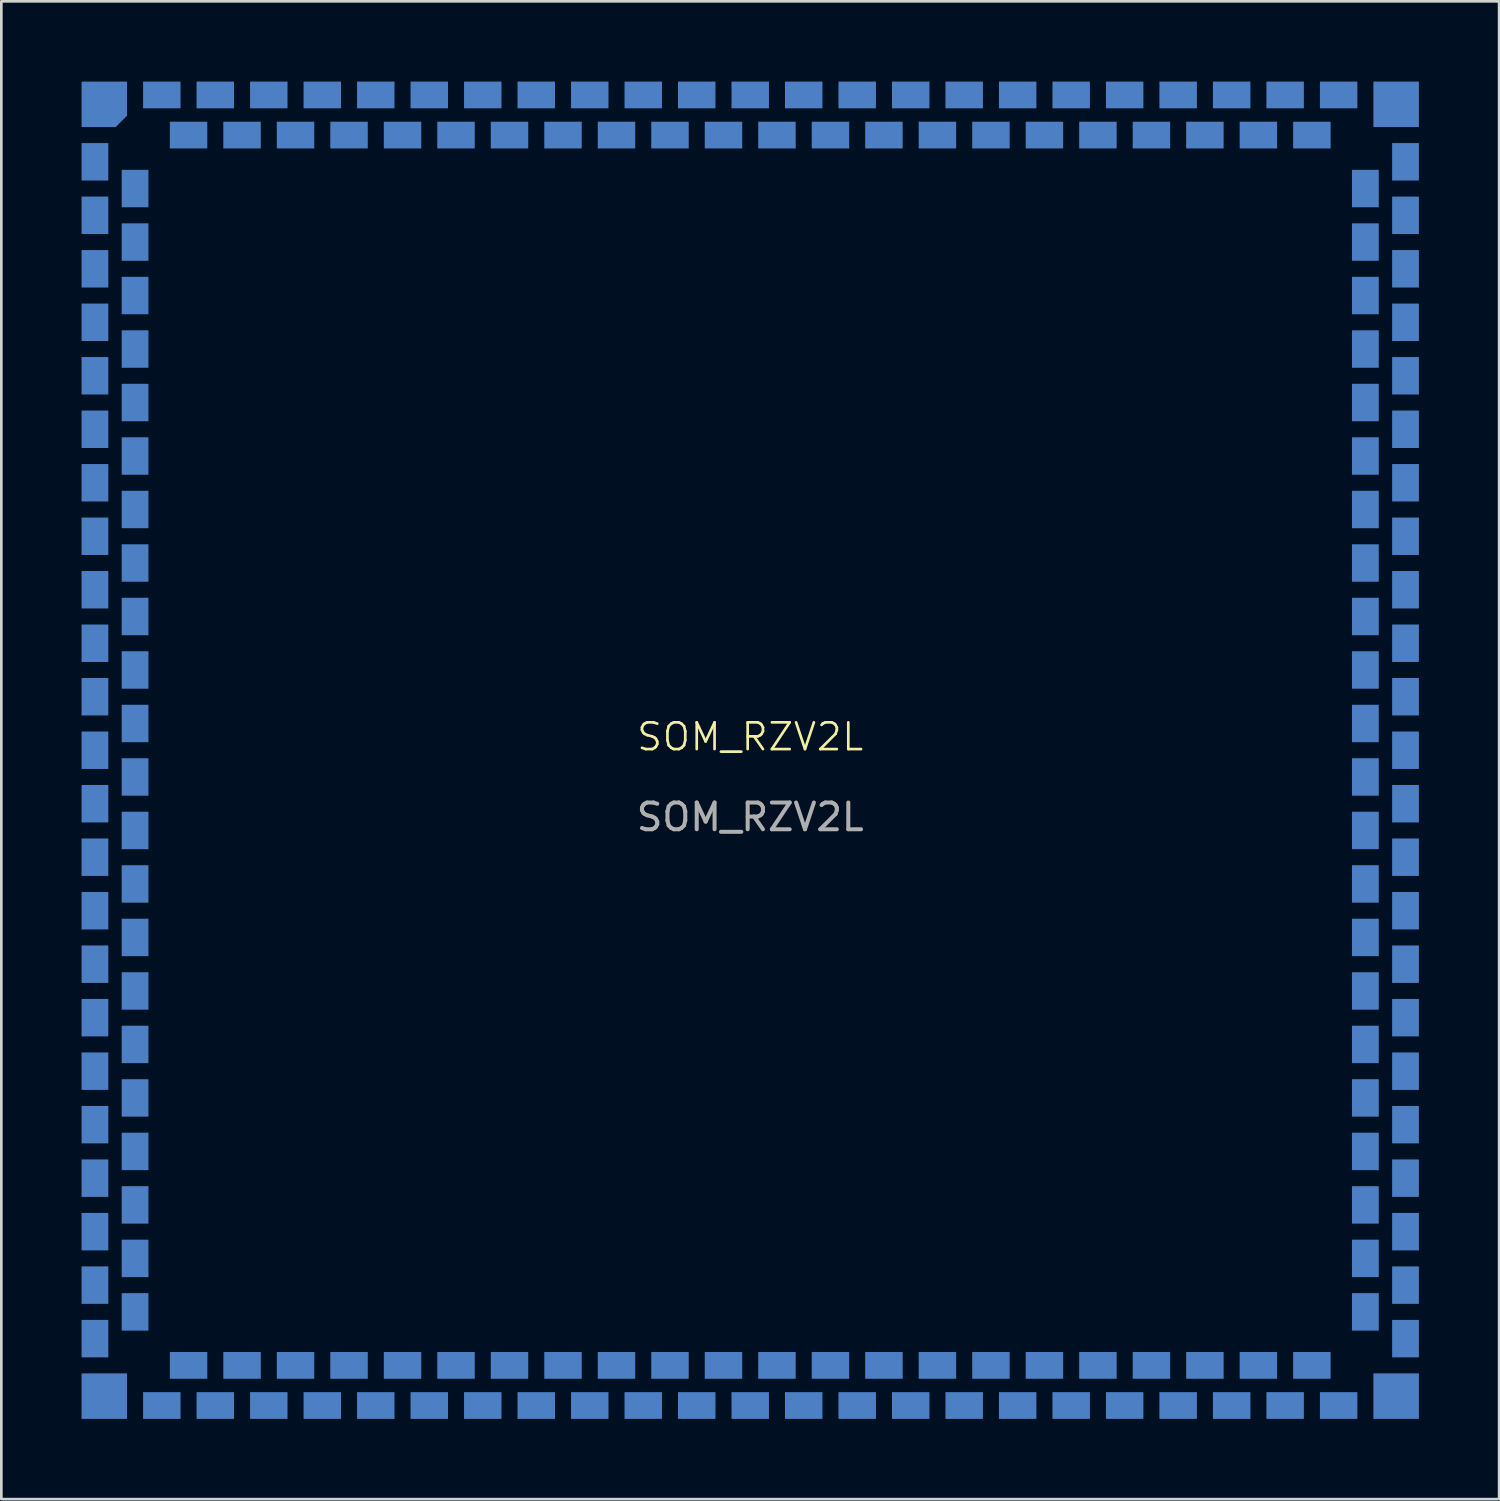
<source format=kicad_pcb>
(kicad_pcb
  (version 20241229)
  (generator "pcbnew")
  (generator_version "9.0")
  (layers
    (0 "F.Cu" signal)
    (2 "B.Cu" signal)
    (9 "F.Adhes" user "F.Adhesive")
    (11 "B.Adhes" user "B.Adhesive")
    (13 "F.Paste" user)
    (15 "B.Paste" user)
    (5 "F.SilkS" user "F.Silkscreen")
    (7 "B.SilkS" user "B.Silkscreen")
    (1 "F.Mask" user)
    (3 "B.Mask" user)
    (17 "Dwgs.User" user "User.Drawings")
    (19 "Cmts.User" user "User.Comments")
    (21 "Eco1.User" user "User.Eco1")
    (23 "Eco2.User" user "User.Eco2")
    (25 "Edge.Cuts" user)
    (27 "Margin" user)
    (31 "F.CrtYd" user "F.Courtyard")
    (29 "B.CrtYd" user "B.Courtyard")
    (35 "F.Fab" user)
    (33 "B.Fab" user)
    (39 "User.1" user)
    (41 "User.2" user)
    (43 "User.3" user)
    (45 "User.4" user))
  (footprint "SOM_RZV2L"
    (layer "F.Cu")
    (at 25 25)
    (property "Reference" "SOM_RZV2L" (at 0 -0.5 0) (unlocked yes) (layer "F.SilkS") (effects (font (size 1 1) (thickness 0.1))))
    (attr smd)
    (fp_text user "${REFERENCE}" (at 0 2.5 0) (unlocked yes) (layer "F.Fab") (effects (font (size 1 1) (thickness 0.15))))
    (pad "1" smd roundrect (at -24.15 -24.15) (size 1.7 1.7) (layers "B.Cu" "B.Mask") (roundrect_rratio 0) (chamfer_ratio 0.25) (chamfer bottom_right))
    (pad "2" smd rect (at -24.5 -22) (size 1 1.4) (layers "B.Cu" "B.Mask"))
    (pad "3" smd rect (at -24.5 -20) (size 1 1.4) (layers "B.Cu" "B.Mask"))
    (pad "4" smd rect (at -24.5 -18) (size 1 1.4) (layers "B.Cu" "B.Mask"))
    (pad "5" smd rect (at -24.5 -16) (size 1 1.4) (layers "B.Cu" "B.Mask"))
    (pad "6" smd rect (at -24.5 -14) (size 1 1.4) (layers "B.Cu" "B.Mask"))
    (pad "7" smd rect (at -24.5 -12) (size 1 1.4) (layers "B.Cu" "B.Mask"))
    (pad "8" smd rect (at -24.5 -10) (size 1 1.4) (layers "B.Cu" "B.Mask"))
    (pad "9" smd rect (at -24.5 -8) (size 1 1.4) (layers "B.Cu" "B.Mask"))
    (pad "10" smd rect (at -24.5 -6) (size 1 1.4) (layers "B.Cu" "B.Mask"))
    (pad "11" smd rect (at -24.5 -4) (size 1 1.4) (layers "B.Cu" "B.Mask"))
    (pad "12" smd rect (at -24.5 -2) (size 1 1.4) (layers "B.Cu" "B.Mask"))
    (pad "13" smd rect (at -24.5 0) (size 1 1.4) (layers "B.Cu" "B.Mask"))
    (pad "14" smd rect (at -24.5 2) (size 1 1.4) (layers "B.Cu" "B.Mask"))
    (pad "15" smd rect (at -24.5 4) (size 1 1.4) (layers "B.Cu" "B.Mask"))
    (pad "16" smd rect (at -24.5 6) (size 1 1.4) (layers "B.Cu" "B.Mask"))
    (pad "17" smd rect (at -24.5 8) (size 1 1.4) (layers "B.Cu" "B.Mask"))
    (pad "18" smd rect (at -24.5 10) (size 1 1.4) (layers "B.Cu" "B.Mask"))
    (pad "19" smd rect (at -24.5 12) (size 1 1.4) (layers "B.Cu" "B.Mask"))
    (pad "20" smd rect (at -24.5 14) (size 1 1.4) (layers "B.Cu" "B.Mask"))
    (pad "21" smd rect (at -24.5 16) (size 1 1.4) (layers "B.Cu" "B.Mask"))
    (pad "22" smd rect (at -24.5 18) (size 1 1.4) (layers "B.Cu" "B.Mask"))
    (pad "23" smd rect (at -24.5 20) (size 1 1.4) (layers "B.Cu" "B.Mask"))
    (pad "24" smd rect (at -24.5 22) (size 1 1.4) (layers "B.Cu" "B.Mask"))
    (pad "25" smd rect (at -24.15 24.15) (size 1.7 1.7) (layers "B.Cu" "B.Mask"))
    (pad "26" smd rect (at -22 24.5) (size 1.4 1) (layers "B.Cu" "B.Mask"))
    (pad "27" smd rect (at -20 24.5) (size 1.4 1) (layers "B.Cu" "B.Mask"))
    (pad "28" smd rect (at -18 24.5) (size 1.4 1) (layers "B.Cu" "B.Mask"))
    (pad "29" smd rect (at -16 24.5) (size 1.4 1) (layers "B.Cu" "B.Mask"))
    (pad "30" smd rect (at -14 24.5) (size 1.4 1) (layers "B.Cu" "B.Mask"))
    (pad "31" smd rect (at -12 24.5) (size 1.4 1) (layers "B.Cu" "B.Mask"))
    (pad "32" smd rect (at -10 24.5) (size 1.4 1) (layers "B.Cu" "B.Mask"))
    (pad "33" smd rect (at -8 24.5) (size 1.4 1) (layers "B.Cu" "B.Mask"))
    (pad "34" smd rect (at -6 24.5) (size 1.4 1) (layers "B.Cu" "B.Mask"))
    (pad "35" smd rect (at -4 24.5) (size 1.4 1) (layers "B.Cu" "B.Mask"))
    (pad "36" smd rect (at -2 24.5) (size 1.4 1) (layers "B.Cu" "B.Mask"))
    (pad "37" smd rect (at 0 24.5) (size 1.4 1) (layers "B.Cu" "B.Mask"))
    (pad "38" smd rect (at 2 24.5) (size 1.4 1) (layers "B.Cu" "B.Mask"))
    (pad "39" smd rect (at 4 24.5) (size 1.4 1) (layers "B.Cu" "B.Mask"))
    (pad "40" smd rect (at 6 24.5) (size 1.4 1) (layers "B.Cu" "B.Mask"))
    (pad "41" smd rect (at 8 24.5) (size 1.4 1) (layers "B.Cu" "B.Mask"))
    (pad "42" smd rect (at 10 24.5) (size 1.4 1) (layers "B.Cu" "B.Mask"))
    (pad "43" smd rect (at 12 24.5) (size 1.4 1) (layers "B.Cu" "B.Mask"))
    (pad "44" smd rect (at 14 24.5) (size 1.4 1) (layers "B.Cu" "B.Mask"))
    (pad "45" smd rect (at 16 24.5) (size 1.4 1) (layers "B.Cu" "B.Mask"))
    (pad "46" smd rect (at 18 24.5) (size 1.4 1) (layers "B.Cu" "B.Mask"))
    (pad "47" smd rect (at 20 24.5) (size 1.4 1) (layers "B.Cu" "B.Mask"))
    (pad "48" smd rect (at 22 24.5) (size 1.4 1) (layers "B.Cu" "B.Mask"))
    (pad "49" smd rect (at 24.15 24.15) (size 1.7 1.7) (layers "B.Cu" "B.Mask"))
    (pad "50" smd rect (at 24.5 22) (size 1 1.4) (layers "B.Cu" "B.Mask"))
    (pad "51" smd rect (at 24.5 20) (size 1 1.4) (layers "B.Cu" "B.Mask"))
    (pad "52" smd rect (at 24.5 18) (size 1 1.4) (layers "B.Cu" "B.Mask"))
    (pad "53" smd rect (at 24.5 16) (size 1 1.4) (layers "B.Cu" "B.Mask"))
    (pad "54" smd rect (at 24.5 14) (size 1 1.4) (layers "B.Cu" "B.Mask"))
    (pad "55" smd rect (at 24.5 12) (size 1 1.4) (layers "B.Cu" "B.Mask"))
    (pad "56" smd rect (at 24.5 10) (size 1 1.4) (layers "B.Cu" "B.Mask"))
    (pad "57" smd rect (at 24.5 8) (size 1 1.4) (layers "B.Cu" "B.Mask"))
    (pad "58" smd rect (at 24.5 6) (size 1 1.4) (layers "B.Cu" "B.Mask"))
    (pad "59" smd rect (at 24.5 4) (size 1 1.4) (layers "B.Cu" "B.Mask"))
    (pad "60" smd rect (at 24.5 2) (size 1 1.4) (layers "B.Cu" "B.Mask"))
    (pad "61" smd rect (at 24.5 0) (size 1 1.4) (layers "B.Cu" "B.Mask"))
    (pad "62" smd rect (at 24.5 -2) (size 1 1.4) (layers "B.Cu" "B.Mask"))
    (pad "63" smd rect (at 24.5 -4) (size 1 1.4) (layers "B.Cu" "B.Mask"))
    (pad "64" smd rect (at 24.5 -6) (size 1 1.4) (layers "B.Cu" "B.Mask"))
    (pad "65" smd rect (at 24.5 -8) (size 1 1.4) (layers "B.Cu" "B.Mask"))
    (pad "66" smd rect (at 24.5 -10) (size 1 1.4) (layers "B.Cu" "B.Mask"))
    (pad "67" smd rect (at 24.5 -12) (size 1 1.4) (layers "B.Cu" "B.Mask"))
    (pad "68" smd rect (at 24.5 -14) (size 1 1.4) (layers "B.Cu" "B.Mask"))
    (pad "69" smd rect (at 24.5 -16) (size 1 1.4) (layers "B.Cu" "B.Mask"))
    (pad "70" smd rect (at 24.5 -18) (size 1 1.4) (layers "B.Cu" "B.Mask"))
    (pad "71" smd rect (at 24.5 -20) (size 1 1.4) (layers "B.Cu" "B.Mask"))
    (pad "72" smd rect (at 24.5 -22) (size 1 1.4) (layers "B.Cu" "B.Mask"))
    (pad "73" smd rect (at 24.15 -24.15) (size 1.7 1.7) (layers "B.Cu" "B.Mask"))
    (pad "74" smd rect (at 22 -24.5) (size 1.4 1) (layers "B.Cu" "B.Mask"))
    (pad "75" smd rect (at 20 -24.5) (size 1.4 1) (layers "B.Cu" "B.Mask"))
    (pad "76" smd rect (at 18 -24.5) (size 1.4 1) (layers "B.Cu" "B.Mask"))
    (pad "77" smd rect (at 16 -24.5) (size 1.4 1) (layers "B.Cu" "B.Mask"))
    (pad "78" smd rect (at 14 -24.5) (size 1.4 1) (layers "B.Cu" "B.Mask"))
    (pad "79" smd rect (at 12 -24.5) (size 1.4 1) (layers "B.Cu" "B.Mask"))
    (pad "80" smd rect (at 10 -24.5) (size 1.4 1) (layers "B.Cu" "B.Mask"))
    (pad "81" smd rect (at 8 -24.5) (size 1.4 1) (layers "B.Cu" "B.Mask"))
    (pad "82" smd rect (at 6 -24.5) (size 1.4 1) (layers "B.Cu" "B.Mask"))
    (pad "83" smd rect (at 4 -24.5) (size 1.4 1) (layers "B.Cu" "B.Mask"))
    (pad "84" smd rect (at 2 -24.5) (size 1.4 1) (layers "B.Cu" "B.Mask"))
    (pad "85" smd rect (at 0 -24.5) (size 1.4 1) (layers "B.Cu" "B.Mask"))
    (pad "86" smd rect (at -2 -24.5) (size 1.4 1) (layers "B.Cu" "B.Mask"))
    (pad "87" smd rect (at -4 -24.5) (size 1.4 1) (layers "B.Cu" "B.Mask"))
    (pad "88" smd rect (at -6 -24.5) (size 1.4 1) (layers "B.Cu" "B.Mask"))
    (pad "89" smd rect (at -8 -24.5) (size 1.4 1) (layers "B.Cu" "B.Mask"))
    (pad "90" smd rect (at -10 -24.5) (size 1.4 1) (layers "B.Cu" "B.Mask"))
    (pad "91" smd rect (at -12 -24.5) (size 1.4 1) (layers "B.Cu" "B.Mask"))
    (pad "92" smd rect (at -14 -24.5) (size 1.4 1) (layers "B.Cu" "B.Mask"))
    (pad "93" smd rect (at -16 -24.5) (size 1.4 1) (layers "B.Cu" "B.Mask"))
    (pad "94" smd rect (at -18 -24.5) (size 1.4 1) (layers "B.Cu" "B.Mask"))
    (pad "95" smd rect (at -20 -24.5) (size 1.4 1) (layers "B.Cu" "B.Mask"))
    (pad "96" smd rect (at -22 -24.5) (size 1.4 1) (layers "B.Cu" "B.Mask"))
    (pad "97" smd rect (at -23 -21) (size 1 1.4) (layers "B.Cu" "B.Mask"))
    (pad "98" smd rect (at -23 -19) (size 1 1.4) (layers "B.Cu" "B.Mask"))
    (pad "99" smd rect (at -23 -17) (size 1 1.4) (layers "B.Cu" "B.Mask"))
    (pad "100" smd rect (at -23 -15) (size 1 1.4) (layers "B.Cu" "B.Mask"))
    (pad "101" smd rect (at -23 -13) (size 1 1.4) (layers "B.Cu" "B.Mask"))
    (pad "102" smd rect (at -23 -11) (size 1 1.4) (layers "B.Cu" "B.Mask"))
    (pad "103" smd rect (at -23 -9) (size 1 1.4) (layers "B.Cu" "B.Mask"))
    (pad "104" smd rect (at -23 -7) (size 1 1.4) (layers "B.Cu" "B.Mask"))
    (pad "105" smd rect (at -23 -5) (size 1 1.4) (layers "B.Cu" "B.Mask"))
    (pad "106" smd rect (at -23 -3) (size 1 1.4) (layers "B.Cu" "B.Mask"))
    (pad "107" smd rect (at -23 -1) (size 1 1.4) (layers "B.Cu" "B.Mask"))
    (pad "108" smd rect (at -23 1) (size 1 1.4) (layers "B.Cu" "B.Mask"))
    (pad "109" smd rect (at -23 3) (size 1 1.4) (layers "B.Cu" "B.Mask"))
    (pad "110" smd rect (at -23 5) (size 1 1.4) (layers "B.Cu" "B.Mask"))
    (pad "111" smd rect (at -23 7) (size 1 1.4) (layers "B.Cu" "B.Mask"))
    (pad "112" smd rect (at -23 9) (size 1 1.4) (layers "B.Cu" "B.Mask"))
    (pad "113" smd rect (at -23 11) (size 1 1.4) (layers "B.Cu" "B.Mask"))
    (pad "114" smd rect (at -23 13) (size 1 1.4) (layers "B.Cu" "B.Mask"))
    (pad "115" smd rect (at -23 15) (size 1 1.4) (layers "B.Cu" "B.Mask"))
    (pad "116" smd rect (at -23 17) (size 1 1.4) (layers "B.Cu" "B.Mask"))
    (pad "117" smd rect (at -23 19) (size 1 1.4) (layers "B.Cu" "B.Mask"))
    (pad "118" smd rect (at -23 21) (size 1 1.4) (layers "B.Cu" "B.Mask"))
    (pad "119" smd rect (at -21 23) (size 1.4 1) (layers "B.Cu" "B.Mask"))
    (pad "120" smd rect (at -19 23) (size 1.4 1) (layers "B.Cu" "B.Mask"))
    (pad "121" smd rect (at -17 23) (size 1.4 1) (layers "B.Cu" "B.Mask"))
    (pad "122" smd rect (at -15 23) (size 1.4 1) (layers "B.Cu" "B.Mask"))
    (pad "123" smd rect (at -13 23) (size 1.4 1) (layers "B.Cu" "B.Mask"))
    (pad "124" smd rect (at -11 23) (size 1.4 1) (layers "B.Cu" "B.Mask"))
    (pad "125" smd rect (at -9 23) (size 1.4 1) (layers "B.Cu" "B.Mask"))
    (pad "126" smd rect (at -7 23) (size 1.4 1) (layers "B.Cu" "B.Mask"))
    (pad "127" smd rect (at -5 23) (size 1.4 1) (layers "B.Cu" "B.Mask"))
    (pad "128" smd rect (at -3 23) (size 1.4 1) (layers "B.Cu" "B.Mask"))
    (pad "129" smd rect (at -1 23) (size 1.4 1) (layers "B.Cu" "B.Mask"))
    (pad "130" smd rect (at 1 23) (size 1.4 1) (layers "B.Cu" "B.Mask"))
    (pad "131" smd rect (at 3 23) (size 1.4 1) (layers "B.Cu" "B.Mask"))
    (pad "132" smd rect (at 5 23) (size 1.4 1) (layers "B.Cu" "B.Mask"))
    (pad "133" smd rect (at 7 23) (size 1.4 1) (layers "B.Cu" "B.Mask"))
    (pad "134" smd rect (at 9 23) (size 1.4 1) (layers "B.Cu" "B.Mask"))
    (pad "135" smd rect (at 11 23) (size 1.4 1) (layers "B.Cu" "B.Mask"))
    (pad "136" smd rect (at 13 23) (size 1.4 1) (layers "B.Cu" "B.Mask"))
    (pad "137" smd rect (at 15 23) (size 1.4 1) (layers "B.Cu" "B.Mask"))
    (pad "138" smd rect (at 17 23) (size 1.4 1) (layers "B.Cu" "B.Mask"))
    (pad "139" smd rect (at 19 23) (size 1.4 1) (layers "B.Cu" "B.Mask"))
    (pad "140" smd rect (at 21 23) (size 1.4 1) (layers "B.Cu" "B.Mask"))
    (pad "141" smd rect (at 23 21) (size 1 1.4) (layers "B.Cu" "B.Mask"))
    (pad "142" smd rect (at 23 19) (size 1 1.4) (layers "B.Cu" "B.Mask"))
    (pad "143" smd rect (at 23 17) (size 1 1.4) (layers "B.Cu" "B.Mask"))
    (pad "144" smd rect (at 23 15) (size 1 1.4) (layers "B.Cu" "B.Mask"))
    (pad "145" smd rect (at 23 13) (size 1 1.4) (layers "B.Cu" "B.Mask"))
    (pad "146" smd rect (at 23 11) (size 1 1.4) (layers "B.Cu" "B.Mask"))
    (pad "147" smd rect (at 23 9) (size 1 1.4) (layers "B.Cu" "B.Mask"))
    (pad "148" smd rect (at 23 7) (size 1 1.4) (layers "B.Cu" "B.Mask"))
    (pad "149" smd rect (at 23 5) (size 1 1.4) (layers "B.Cu" "B.Mask"))
    (pad "150" smd rect (at 23 3) (size 1 1.4) (layers "B.Cu" "B.Mask"))
    (pad "151" smd rect (at 23 1) (size 1 1.4) (layers "B.Cu" "B.Mask"))
    (pad "152" smd rect (at 23 -1) (size 1 1.4) (layers "B.Cu" "B.Mask"))
    (pad "153" smd rect (at 23 -3) (size 1 1.4) (layers "B.Cu" "B.Mask"))
    (pad "154" smd rect (at 23 -5) (size 1 1.4) (layers "B.Cu" "B.Mask"))
    (pad "155" smd rect (at 23 -7) (size 1 1.4) (layers "B.Cu" "B.Mask"))
    (pad "156" smd rect (at 23 -9) (size 1 1.4) (layers "B.Cu" "B.Mask"))
    (pad "157" smd rect (at 23 -11) (size 1 1.4) (layers "B.Cu" "B.Mask"))
    (pad "158" smd rect (at 23 -13) (size 1 1.4) (layers "B.Cu" "B.Mask"))
    (pad "159" smd rect (at 23 -15) (size 1 1.4) (layers "B.Cu" "B.Mask"))
    (pad "160" smd rect (at 23 -17) (size 1 1.4) (layers "B.Cu" "B.Mask"))
    (pad "161" smd rect (at 23 -19) (size 1 1.4) (layers "B.Cu" "B.Mask"))
    (pad "162" smd rect (at 23 -21) (size 1 1.4) (layers "B.Cu" "B.Mask"))
    (pad "163" smd rect (at 21 -23) (size 1.4 1) (layers "B.Cu" "B.Mask"))
    (pad "164" smd rect (at 19 -23) (size 1.4 1) (layers "B.Cu" "B.Mask"))
    (pad "165" smd rect (at 17 -23) (size 1.4 1) (layers "B.Cu" "B.Mask"))
    (pad "166" smd rect (at 15 -23) (size 1.4 1) (layers "B.Cu" "B.Mask"))
    (pad "167" smd rect (at 13 -23) (size 1.4 1) (layers "B.Cu" "B.Mask"))
    (pad "168" smd rect (at 11 -23) (size 1.4 1) (layers "B.Cu" "B.Mask"))
    (pad "169" smd rect (at 9 -23) (size 1.4 1) (layers "B.Cu" "B.Mask"))
    (pad "170" smd rect (at 7 -23) (size 1.4 1) (layers "B.Cu" "B.Mask"))
    (pad "171" smd rect (at 5 -23) (size 1.4 1) (layers "B.Cu" "B.Mask"))
    (pad "172" smd rect (at 3 -23) (size 1.4 1) (layers "B.Cu" "B.Mask"))
    (pad "173" smd rect (at 1 -23) (size 1.4 1) (layers "B.Cu" "B.Mask"))
    (pad "174" smd rect (at -1 -23) (size 1.4 1) (layers "B.Cu" "B.Mask"))
    (pad "175" smd rect (at -3 -23) (size 1.4 1) (layers "B.Cu" "B.Mask"))
    (pad "176" smd rect (at -5 -23) (size 1.4 1) (layers "B.Cu" "B.Mask"))
    (pad "177" smd rect (at -7 -23) (size 1.4 1) (layers "B.Cu" "B.Mask"))
    (pad "178" smd rect (at -9 -23) (size 1.4 1) (layers "B.Cu" "B.Mask"))
    (pad "179" smd rect (at -11 -23) (size 1.4 1) (layers "B.Cu" "B.Mask"))
    (pad "180" smd rect (at -13 -23) (size 1.4 1) (layers "B.Cu" "B.Mask"))
    (pad "181" smd rect (at -15 -23) (size 1.4 1) (layers "B.Cu" "B.Mask"))
    (pad "182" smd rect (at -17 -23) (size 1.4 1) (layers "B.Cu" "B.Mask"))
    (pad "183" smd rect (at -19 -23) (size 1.4 1) (layers "B.Cu" "B.Mask"))
    (pad "184" smd rect (at -21 -23) (size 1.4 1) (layers "B.Cu" "B.Mask")))
  (gr_rect
    (start -3 -3)
    (end 53 53)
    (stroke (width 0.1) (type default))
    (fill no)
    (layer "Edge.Cuts")))
</source>
